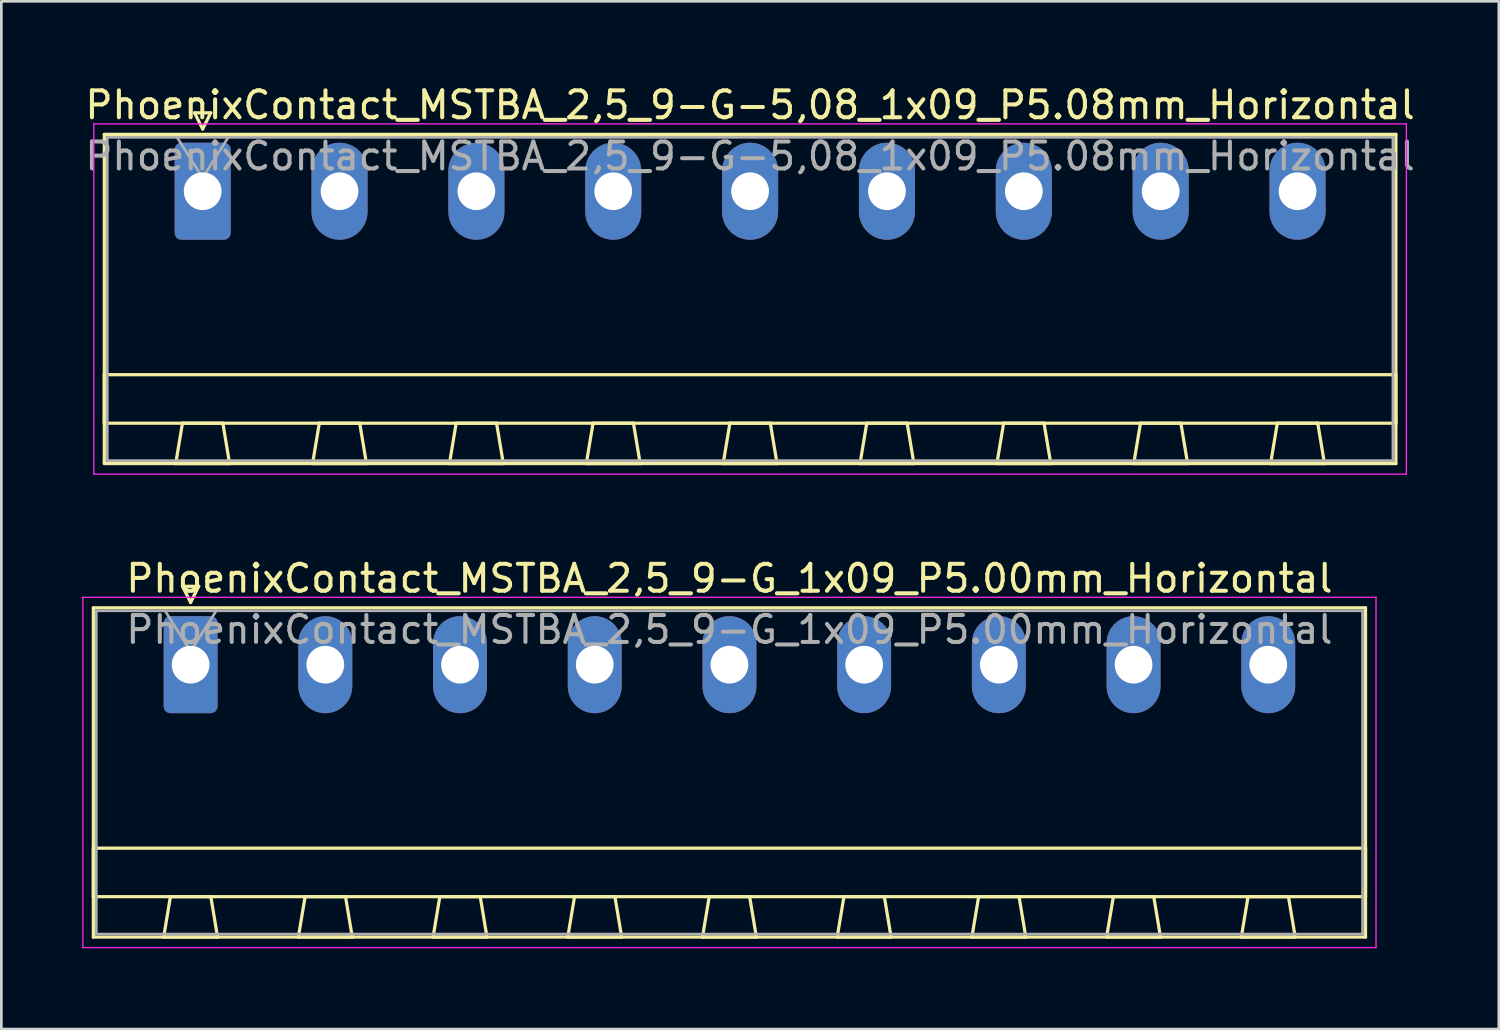
<source format=kicad_pcb>
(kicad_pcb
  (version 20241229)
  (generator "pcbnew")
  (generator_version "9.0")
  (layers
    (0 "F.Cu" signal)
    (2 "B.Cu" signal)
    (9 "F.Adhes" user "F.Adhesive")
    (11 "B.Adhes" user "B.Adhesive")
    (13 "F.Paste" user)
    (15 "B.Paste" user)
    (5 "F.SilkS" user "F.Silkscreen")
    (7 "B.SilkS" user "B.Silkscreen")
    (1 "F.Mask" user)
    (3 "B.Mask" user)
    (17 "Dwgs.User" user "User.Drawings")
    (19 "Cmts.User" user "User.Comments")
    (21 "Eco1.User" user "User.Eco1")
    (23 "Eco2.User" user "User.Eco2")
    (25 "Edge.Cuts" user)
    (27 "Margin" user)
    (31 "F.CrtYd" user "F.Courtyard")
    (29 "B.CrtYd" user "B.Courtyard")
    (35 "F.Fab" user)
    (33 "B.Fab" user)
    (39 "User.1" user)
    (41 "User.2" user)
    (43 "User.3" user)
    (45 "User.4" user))
  (footprint "PhoenixContact_MSTBA_2,5_9-G_1x09_P5.00mm_Horizontal"
    (layer "F.Cu")
    (at 4.025 21.622)
    (property "Reference" "PhoenixContact_MSTBA_2,5_9-G_1x09_P5.00mm_Horizontal" (at 20 -3.2 0) (layer "F.SilkS") (effects (font (size 1 1) (thickness 0.15))))
    (attr through_hole)
    (fp_line (start -3.61 -2.11) (end -3.61 10.11) (stroke (width 0.12) (type solid)) (layer "F.SilkS"))
    (fp_line (start -3.61 6.81) (end 43.61 6.81) (stroke (width 0.12) (type solid)) (layer "F.SilkS"))
    (fp_line (start -3.61 8.61) (end -3.61 6.81) (stroke (width 0.12) (type solid)) (layer "F.SilkS"))
    (fp_line (start -3.61 10.11) (end 43.61 10.11) (stroke (width 0.12) (type solid)) (layer "F.SilkS"))
    (fp_line (start -1 10.11) (end 1 10.11) (stroke (width 0.12) (type solid)) (layer "F.SilkS"))
    (fp_line (start -0.75 8.61) (end -1 10.11) (stroke (width 0.12) (type solid)) (layer "F.SilkS"))
    (fp_line (start -0.3 -2.91) (end 0.3 -2.91) (stroke (width 0.12) (type solid)) (layer "F.SilkS"))
    (fp_line (start 0 -2.31) (end -0.3 -2.91) (stroke (width 0.12) (type solid)) (layer "F.SilkS"))
    (fp_line (start 0.3 -2.91) (end 0 -2.31) (stroke (width 0.12) (type solid)) (layer "F.SilkS"))
    (fp_line (start 0.75 8.61) (end -0.75 8.61) (stroke (width 0.12) (type solid)) (layer "F.SilkS"))
    (fp_line (start 1 10.11) (end 0.75 8.61) (stroke (width 0.12) (type solid)) (layer "F.SilkS"))
    (fp_line (start 4 10.11) (end 6 10.11) (stroke (width 0.12) (type solid)) (layer "F.SilkS"))
    (fp_line (start 4.25 8.61) (end 4 10.11) (stroke (width 0.12) (type solid)) (layer "F.SilkS"))
    (fp_line (start 5.75 8.61) (end 4.25 8.61) (stroke (width 0.12) (type solid)) (layer "F.SilkS"))
    (fp_line (start 6 10.11) (end 5.75 8.61) (stroke (width 0.12) (type solid)) (layer "F.SilkS"))
    (fp_line (start 9 10.11) (end 11 10.11) (stroke (width 0.12) (type solid)) (layer "F.SilkS"))
    (fp_line (start 9.25 8.61) (end 9 10.11) (stroke (width 0.12) (type solid)) (layer "F.SilkS"))
    (fp_line (start 10.75 8.61) (end 9.25 8.61) (stroke (width 0.12) (type solid)) (layer "F.SilkS"))
    (fp_line (start 11 10.11) (end 10.75 8.61) (stroke (width 0.12) (type solid)) (layer "F.SilkS"))
    (fp_line (start 14 10.11) (end 16 10.11) (stroke (width 0.12) (type solid)) (layer "F.SilkS"))
    (fp_line (start 14.25 8.61) (end 14 10.11) (stroke (width 0.12) (type solid)) (layer "F.SilkS"))
    (fp_line (start 15.75 8.61) (end 14.25 8.61) (stroke (width 0.12) (type solid)) (layer "F.SilkS"))
    (fp_line (start 16 10.11) (end 15.75 8.61) (stroke (width 0.12) (type solid)) (layer "F.SilkS"))
    (fp_line (start 19 10.11) (end 21 10.11) (stroke (width 0.12) (type solid)) (layer "F.SilkS"))
    (fp_line (start 19.25 8.61) (end 19 10.11) (stroke (width 0.12) (type solid)) (layer "F.SilkS"))
    (fp_line (start 20.75 8.61) (end 19.25 8.61) (stroke (width 0.12) (type solid)) (layer "F.SilkS"))
    (fp_line (start 21 10.11) (end 20.75 8.61) (stroke (width 0.12) (type solid)) (layer "F.SilkS"))
    (fp_line (start 24 10.11) (end 26 10.11) (stroke (width 0.12) (type solid)) (layer "F.SilkS"))
    (fp_line (start 24.25 8.61) (end 24 10.11) (stroke (width 0.12) (type solid)) (layer "F.SilkS"))
    (fp_line (start 25.75 8.61) (end 24.25 8.61) (stroke (width 0.12) (type solid)) (layer "F.SilkS"))
    (fp_line (start 26 10.11) (end 25.75 8.61) (stroke (width 0.12) (type solid)) (layer "F.SilkS"))
    (fp_line (start 29 10.11) (end 31 10.11) (stroke (width 0.12) (type solid)) (layer "F.SilkS"))
    (fp_line (start 29.25 8.61) (end 29 10.11) (stroke (width 0.12) (type solid)) (layer "F.SilkS"))
    (fp_line (start 30.75 8.61) (end 29.25 8.61) (stroke (width 0.12) (type solid)) (layer "F.SilkS"))
    (fp_line (start 31 10.11) (end 30.75 8.61) (stroke (width 0.12) (type solid)) (layer "F.SilkS"))
    (fp_line (start 34 10.11) (end 36 10.11) (stroke (width 0.12) (type solid)) (layer "F.SilkS"))
    (fp_line (start 34.25 8.61) (end 34 10.11) (stroke (width 0.12) (type solid)) (layer "F.SilkS"))
    (fp_line (start 35.75 8.61) (end 34.25 8.61) (stroke (width 0.12) (type solid)) (layer "F.SilkS"))
    (fp_line (start 36 10.11) (end 35.75 8.61) (stroke (width 0.12) (type solid)) (layer "F.SilkS"))
    (fp_line (start 39 10.11) (end 41 10.11) (stroke (width 0.12) (type solid)) (layer "F.SilkS"))
    (fp_line (start 39.25 8.61) (end 39 10.11) (stroke (width 0.12) (type solid)) (layer "F.SilkS"))
    (fp_line (start 40.75 8.61) (end 39.25 8.61) (stroke (width 0.12) (type solid)) (layer "F.SilkS"))
    (fp_line (start 41 10.11) (end 40.75 8.61) (stroke (width 0.12) (type solid)) (layer "F.SilkS"))
    (fp_line (start 43.61 -2.11) (end -3.61 -2.11) (stroke (width 0.12) (type solid)) (layer "F.SilkS"))
    (fp_line (start 43.61 6.81) (end 43.61 8.61) (stroke (width 0.12) (type solid)) (layer "F.SilkS"))
    (fp_line (start 43.61 8.61) (end -3.61 8.61) (stroke (width 0.12) (type solid)) (layer "F.SilkS"))
    (fp_line (start 43.61 10.11) (end 43.61 -2.11) (stroke (width 0.12) (type solid)) (layer "F.SilkS"))
    (fp_line (start -4 -2.5) (end -4 10.5) (stroke (width 0.05) (type solid)) (layer "F.CrtYd"))
    (fp_line (start -4 10.5) (end 44 10.5) (stroke (width 0.05) (type solid)) (layer "F.CrtYd"))
    (fp_line (start 44 -2.5) (end -4 -2.5) (stroke (width 0.05) (type solid)) (layer "F.CrtYd"))
    (fp_line (start 44 10.5) (end 44 -2.5) (stroke (width 0.05) (type solid)) (layer "F.CrtYd"))
    (fp_line (start -3.5 -2) (end -3.5 10) (stroke (width 0.1) (type solid)) (layer "F.Fab"))
    (fp_line (start -3.5 10) (end 43.5 10) (stroke (width 0.1) (type solid)) (layer "F.Fab"))
    (fp_line (start 0 -0.5) (end -0.95 -2) (stroke (width 0.1) (type solid)) (layer "F.Fab"))
    (fp_line (start 0.95 -2) (end 0 -0.5) (stroke (width 0.1) (type solid)) (layer "F.Fab"))
    (fp_line (start 43.5 -2) (end -3.5 -2) (stroke (width 0.1) (type solid)) (layer "F.Fab"))
    (fp_line (start 43.5 10) (end 43.5 -2) (stroke (width 0.1) (type solid)) (layer "F.Fab"))
    (fp_text user "${REFERENCE}" (at 20 -1.3 0) (layer "F.Fab") (effects (font (size 1 1) (thickness 0.15))))
    (pad "1" thru_hole roundrect (at 0 0) (size 2 3.6) (drill 1.4) (layers "*.Cu" "*.Mask") (roundrect_rratio 0.125))
    (pad "2" thru_hole oval (at 5 0) (size 2 3.6) (drill 1.4) (layers "*.Cu" "*.Mask"))
    (pad "3" thru_hole oval (at 10 0) (size 2 3.6) (drill 1.4) (layers "*.Cu" "*.Mask"))
    (pad "4" thru_hole oval (at 15 0) (size 2 3.6) (drill 1.4) (layers "*.Cu" "*.Mask"))
    (pad "5" thru_hole oval (at 20 0) (size 2 3.6) (drill 1.4) (layers "*.Cu" "*.Mask"))
    (pad "6" thru_hole oval (at 25 0) (size 2 3.6) (drill 1.4) (layers "*.Cu" "*.Mask"))
    (pad "7" thru_hole oval (at 30 0) (size 2 3.6) (drill 1.4) (layers "*.Cu" "*.Mask"))
    (pad "8" thru_hole oval (at 35 0) (size 2 3.6) (drill 1.4) (layers "*.Cu" "*.Mask"))
    (pad "9" thru_hole oval (at 40 0) (size 2 3.6) (drill 1.4) (layers "*.Cu" "*.Mask")))
  (footprint "PhoenixContact_MSTBA_2,5_9-G-5,08_1x09_P5.08mm_Horizontal"
    (layer "F.Cu")
    (at 4.472 4.048)
    (property "Reference" "PhoenixContact_MSTBA_2,5_9-G-5,08_1x09_P5.08mm_Horizontal" (at 20.32 -3.2 0) (layer "F.SilkS") (effects (font (size 1 1) (thickness 0.15))))
    (attr through_hole)
    (fp_line (start -3.65 -2.11) (end -3.65 10.11) (stroke (width 0.12) (type solid)) (layer "F.SilkS"))
    (fp_line (start -3.65 6.81) (end 44.29 6.81) (stroke (width 0.12) (type solid)) (layer "F.SilkS"))
    (fp_line (start -3.65 8.61) (end -3.65 6.81) (stroke (width 0.12) (type solid)) (layer "F.SilkS"))
    (fp_line (start -3.65 10.11) (end 44.29 10.11) (stroke (width 0.12) (type solid)) (layer "F.SilkS"))
    (fp_line (start -1 10.11) (end 1 10.11) (stroke (width 0.12) (type solid)) (layer "F.SilkS"))
    (fp_line (start -0.75 8.61) (end -1 10.11) (stroke (width 0.12) (type solid)) (layer "F.SilkS"))
    (fp_line (start -0.3 -2.91) (end 0.3 -2.91) (stroke (width 0.12) (type solid)) (layer "F.SilkS"))
    (fp_line (start 0 -2.31) (end -0.3 -2.91) (stroke (width 0.12) (type solid)) (layer "F.SilkS"))
    (fp_line (start 0.3 -2.91) (end 0 -2.31) (stroke (width 0.12) (type solid)) (layer "F.SilkS"))
    (fp_line (start 0.75 8.61) (end -0.75 8.61) (stroke (width 0.12) (type solid)) (layer "F.SilkS"))
    (fp_line (start 1 10.11) (end 0.75 8.61) (stroke (width 0.12) (type solid)) (layer "F.SilkS"))
    (fp_line (start 4.08 10.11) (end 6.08 10.11) (stroke (width 0.12) (type solid)) (layer "F.SilkS"))
    (fp_line (start 4.33 8.61) (end 4.08 10.11) (stroke (width 0.12) (type solid)) (layer "F.SilkS"))
    (fp_line (start 5.83 8.61) (end 4.33 8.61) (stroke (width 0.12) (type solid)) (layer "F.SilkS"))
    (fp_line (start 6.08 10.11) (end 5.83 8.61) (stroke (width 0.12) (type solid)) (layer "F.SilkS"))
    (fp_line (start 9.16 10.11) (end 11.16 10.11) (stroke (width 0.12) (type solid)) (layer "F.SilkS"))
    (fp_line (start 9.41 8.61) (end 9.16 10.11) (stroke (width 0.12) (type solid)) (layer "F.SilkS"))
    (fp_line (start 10.91 8.61) (end 9.41 8.61) (stroke (width 0.12) (type solid)) (layer "F.SilkS"))
    (fp_line (start 11.16 10.11) (end 10.91 8.61) (stroke (width 0.12) (type solid)) (layer "F.SilkS"))
    (fp_line (start 14.24 10.11) (end 16.24 10.11) (stroke (width 0.12) (type solid)) (layer "F.SilkS"))
    (fp_line (start 14.49 8.61) (end 14.24 10.11) (stroke (width 0.12) (type solid)) (layer "F.SilkS"))
    (fp_line (start 15.99 8.61) (end 14.49 8.61) (stroke (width 0.12) (type solid)) (layer "F.SilkS"))
    (fp_line (start 16.24 10.11) (end 15.99 8.61) (stroke (width 0.12) (type solid)) (layer "F.SilkS"))
    (fp_line (start 19.32 10.11) (end 21.32 10.11) (stroke (width 0.12) (type solid)) (layer "F.SilkS"))
    (fp_line (start 19.57 8.61) (end 19.32 10.11) (stroke (width 0.12) (type solid)) (layer "F.SilkS"))
    (fp_line (start 21.07 8.61) (end 19.57 8.61) (stroke (width 0.12) (type solid)) (layer "F.SilkS"))
    (fp_line (start 21.32 10.11) (end 21.07 8.61) (stroke (width 0.12) (type solid)) (layer "F.SilkS"))
    (fp_line (start 24.4 10.11) (end 26.4 10.11) (stroke (width 0.12) (type solid)) (layer "F.SilkS"))
    (fp_line (start 24.65 8.61) (end 24.4 10.11) (stroke (width 0.12) (type solid)) (layer "F.SilkS"))
    (fp_line (start 26.15 8.61) (end 24.65 8.61) (stroke (width 0.12) (type solid)) (layer "F.SilkS"))
    (fp_line (start 26.4 10.11) (end 26.15 8.61) (stroke (width 0.12) (type solid)) (layer "F.SilkS"))
    (fp_line (start 29.48 10.11) (end 31.48 10.11) (stroke (width 0.12) (type solid)) (layer "F.SilkS"))
    (fp_line (start 29.73 8.61) (end 29.48 10.11) (stroke (width 0.12) (type solid)) (layer "F.SilkS"))
    (fp_line (start 31.23 8.61) (end 29.73 8.61) (stroke (width 0.12) (type solid)) (layer "F.SilkS"))
    (fp_line (start 31.48 10.11) (end 31.23 8.61) (stroke (width 0.12) (type solid)) (layer "F.SilkS"))
    (fp_line (start 34.56 10.11) (end 36.56 10.11) (stroke (width 0.12) (type solid)) (layer "F.SilkS"))
    (fp_line (start 34.81 8.61) (end 34.56 10.11) (stroke (width 0.12) (type solid)) (layer "F.SilkS"))
    (fp_line (start 36.31 8.61) (end 34.81 8.61) (stroke (width 0.12) (type solid)) (layer "F.SilkS"))
    (fp_line (start 36.56 10.11) (end 36.31 8.61) (stroke (width 0.12) (type solid)) (layer "F.SilkS"))
    (fp_line (start 39.64 10.11) (end 41.64 10.11) (stroke (width 0.12) (type solid)) (layer "F.SilkS"))
    (fp_line (start 39.89 8.61) (end 39.64 10.11) (stroke (width 0.12) (type solid)) (layer "F.SilkS"))
    (fp_line (start 41.39 8.61) (end 39.89 8.61) (stroke (width 0.12) (type solid)) (layer "F.SilkS"))
    (fp_line (start 41.64 10.11) (end 41.39 8.61) (stroke (width 0.12) (type solid)) (layer "F.SilkS"))
    (fp_line (start 44.29 -2.11) (end -3.65 -2.11) (stroke (width 0.12) (type solid)) (layer "F.SilkS"))
    (fp_line (start 44.29 6.81) (end 44.29 8.61) (stroke (width 0.12) (type solid)) (layer "F.SilkS"))
    (fp_line (start 44.29 8.61) (end -3.65 8.61) (stroke (width 0.12) (type solid)) (layer "F.SilkS"))
    (fp_line (start 44.29 10.11) (end 44.29 -2.11) (stroke (width 0.12) (type solid)) (layer "F.SilkS"))
    (fp_line (start -4.04 -2.5) (end -4.04 10.5) (stroke (width 0.05) (type solid)) (layer "F.CrtYd"))
    (fp_line (start -4.04 10.5) (end 44.68 10.5) (stroke (width 0.05) (type solid)) (layer "F.CrtYd"))
    (fp_line (start 44.68 -2.5) (end -4.04 -2.5) (stroke (width 0.05) (type solid)) (layer "F.CrtYd"))
    (fp_line (start 44.68 10.5) (end 44.68 -2.5) (stroke (width 0.05) (type solid)) (layer "F.CrtYd"))
    (fp_line (start -3.54 -2) (end -3.54 10) (stroke (width 0.1) (type solid)) (layer "F.Fab"))
    (fp_line (start -3.54 10) (end 44.18 10) (stroke (width 0.1) (type solid)) (layer "F.Fab"))
    (fp_line (start 0 -0.5) (end -0.95 -2) (stroke (width 0.1) (type solid)) (layer "F.Fab"))
    (fp_line (start 0.95 -2) (end 0 -0.5) (stroke (width 0.1) (type solid)) (layer "F.Fab"))
    (fp_line (start 44.18 -2) (end -3.54 -2) (stroke (width 0.1) (type solid)) (layer "F.Fab"))
    (fp_line (start 44.18 10) (end 44.18 -2) (stroke (width 0.1) (type solid)) (layer "F.Fab"))
    (fp_text user "${REFERENCE}" (at 20.32 -1.3 0) (layer "F.Fab") (effects (font (size 1 1) (thickness 0.15))))
    (pad "1" thru_hole roundrect (at 0 0) (size 2.08 3.6) (drill 1.4) (layers "*.Cu" "*.Mask") (roundrect_rratio 0.12))
    (pad "2" thru_hole oval (at 5.08 0) (size 2.08 3.6) (drill 1.4) (layers "*.Cu" "*.Mask"))
    (pad "3" thru_hole oval (at 10.16 0) (size 2.08 3.6) (drill 1.4) (layers "*.Cu" "*.Mask"))
    (pad "4" thru_hole oval (at 15.24 0) (size 2.08 3.6) (drill 1.4) (layers "*.Cu" "*.Mask"))
    (pad "5" thru_hole oval (at 20.32 0) (size 2.08 3.6) (drill 1.4) (layers "*.Cu" "*.Mask"))
    (pad "6" thru_hole oval (at 25.4 0) (size 2.08 3.6) (drill 1.4) (layers "*.Cu" "*.Mask"))
    (pad "7" thru_hole oval (at 30.48 0) (size 2.08 3.6) (drill 1.4) (layers "*.Cu" "*.Mask"))
    (pad "8" thru_hole oval (at 35.56 0) (size 2.08 3.6) (drill 1.4) (layers "*.Cu" "*.Mask"))
    (pad "9" thru_hole oval (at 40.64 0) (size 2.08 3.6) (drill 1.4) (layers "*.Cu" "*.Mask")))
  (gr_rect
    (start -3 -3)
    (end 52.583 35.147)
    (stroke (width 0.1) (type default))
    (fill no)
    (layer "Edge.Cuts")))
</source>
